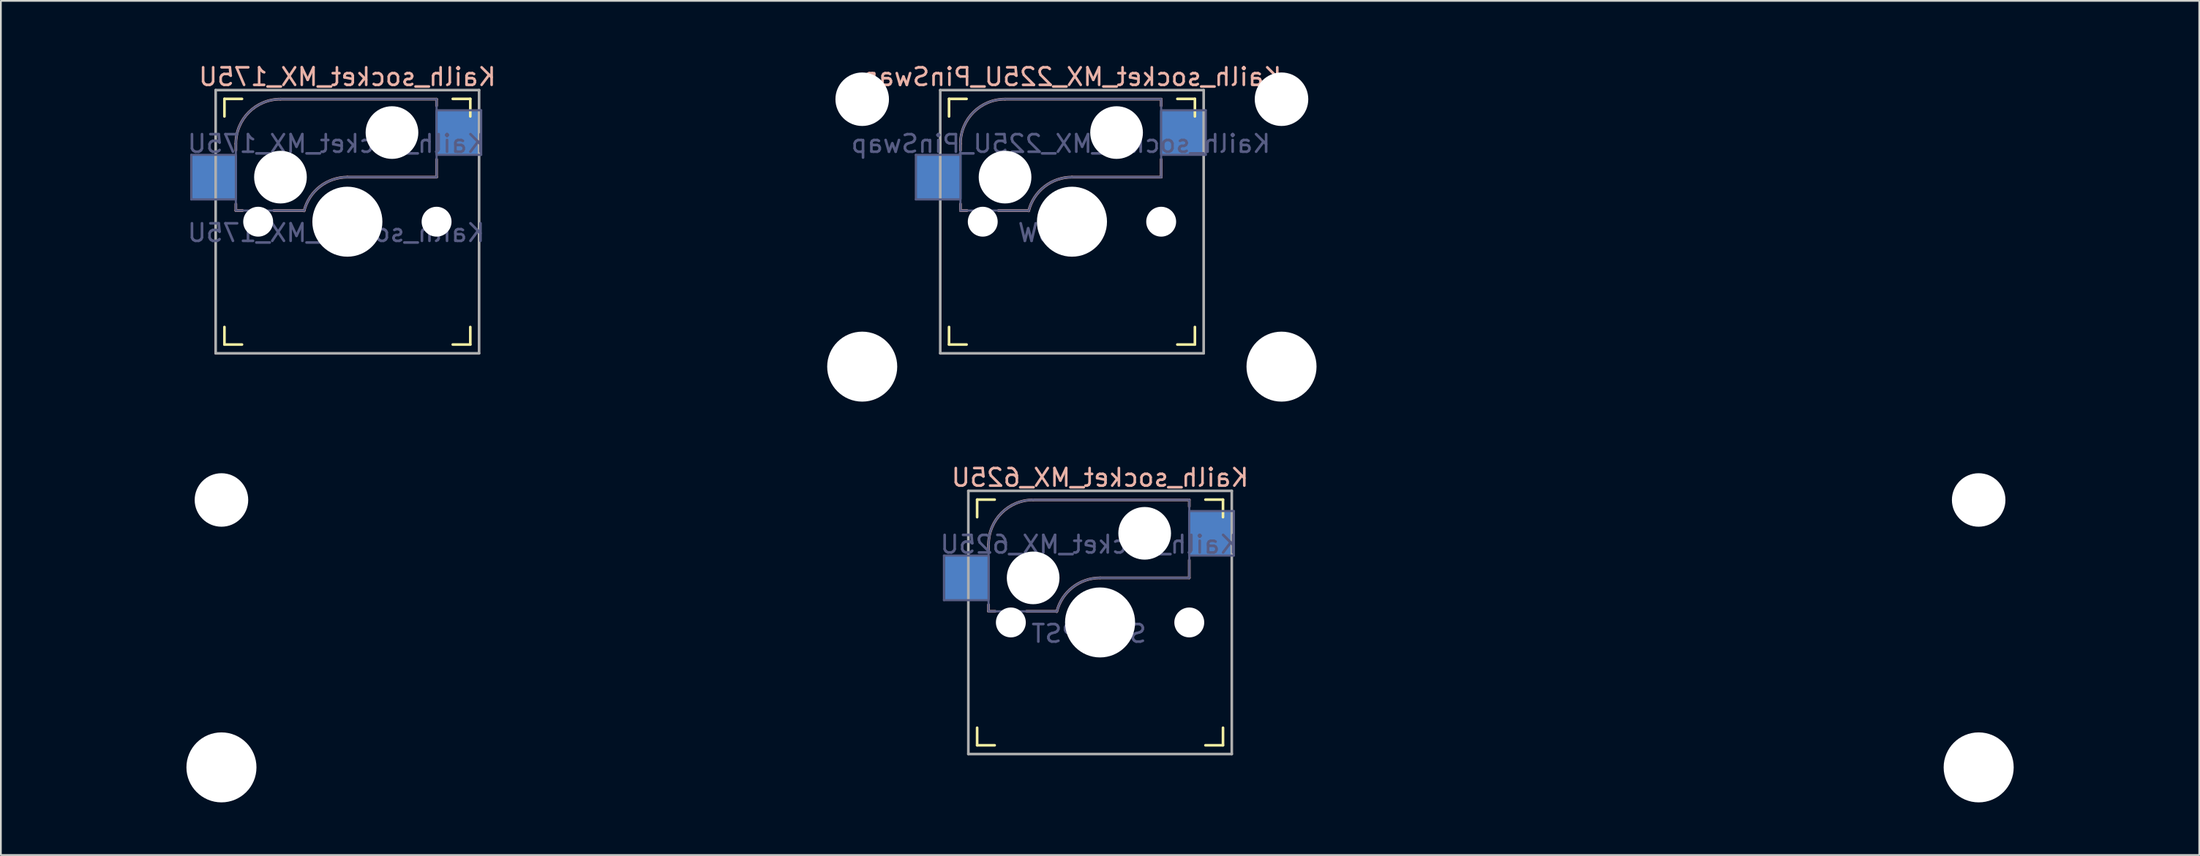
<source format=kicad_pcb>
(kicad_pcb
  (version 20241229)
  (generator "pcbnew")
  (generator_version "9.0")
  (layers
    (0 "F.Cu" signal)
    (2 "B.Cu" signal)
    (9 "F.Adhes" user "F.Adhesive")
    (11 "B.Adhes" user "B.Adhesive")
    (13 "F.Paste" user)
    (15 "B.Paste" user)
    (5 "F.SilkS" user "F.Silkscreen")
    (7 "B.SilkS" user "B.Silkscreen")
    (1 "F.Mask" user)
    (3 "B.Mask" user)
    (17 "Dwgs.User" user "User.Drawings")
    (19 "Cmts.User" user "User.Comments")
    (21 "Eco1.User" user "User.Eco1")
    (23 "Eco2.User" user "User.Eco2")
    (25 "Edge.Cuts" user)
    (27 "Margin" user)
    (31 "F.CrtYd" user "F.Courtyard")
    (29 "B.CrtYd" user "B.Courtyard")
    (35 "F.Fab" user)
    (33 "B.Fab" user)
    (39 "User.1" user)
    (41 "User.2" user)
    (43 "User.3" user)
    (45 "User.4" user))
  (footprint "Kailh_socket_MX_225U_PinSwap"
    (layer "F.Cu")
    (at 57.99 9.585)
    (property "Reference" "Kailh_socket_MX_225U_PinSwap" (at 0 -8.255 0) (layer "B.SilkS") (effects (font (size 1 1) (thickness 0.15)) (justify mirror)))
    (property "Value" "KEYSW" (at 0 8.255 0) (layer "F.Fab") (hide yes) (effects (font (size 1 1) (thickness 0.15))))
    (attr smd)
    (fp_line (start -7 -6) (end -7 -7) (stroke (width 0.15) (type solid)) (layer "F.SilkS"))
    (fp_line (start -7 7) (end -7 6) (stroke (width 0.15) (type solid)) (layer "F.SilkS"))
    (fp_line (start -7 7) (end -6 7) (stroke (width 0.15) (type solid)) (layer "F.SilkS"))
    (fp_line (start -6 -7) (end -7 -7) (stroke (width 0.15) (type solid)) (layer "F.SilkS"))
    (fp_line (start 6 7) (end 7 7) (stroke (width 0.15) (type solid)) (layer "F.SilkS"))
    (fp_line (start 7 -7) (end 6 -7) (stroke (width 0.15) (type solid)) (layer "F.SilkS"))
    (fp_line (start 7 -7) (end 7 -6) (stroke (width 0.15) (type solid)) (layer "F.SilkS"))
    (fp_line (start 7 6) (end 7 7) (stroke (width 0.15) (type solid)) (layer "F.SilkS"))
    (fp_line (start -6.35 -4.445) (end -6.35 -4.064) (stroke (width 0.15) (type solid)) (layer "B.SilkS"))
    (fp_line (start -6.35 -1.016) (end -6.35 -0.635) (stroke (width 0.15) (type solid)) (layer "B.SilkS"))
    (fp_line (start -5.969 -0.635) (end -6.35 -0.635) (stroke (width 0.15) (type solid)) (layer "B.SilkS"))
    (fp_line (start -3.81 -6.985) (end 5.08 -6.985) (stroke (width 0.15) (type solid)) (layer "B.SilkS"))
    (fp_line (start -2.464 -0.635) (end -4.191 -0.635) (stroke (width 0.15) (type solid)) (layer "B.SilkS"))
    (fp_line (start 5.08 -6.985) (end 5.08 -6.604) (stroke (width 0.15) (type solid)) (layer "B.SilkS"))
    (fp_line (start 5.08 -3.556) (end 5.08 -2.54) (stroke (width 0.15) (type solid)) (layer "B.SilkS"))
    (fp_line (start 5.08 -2.54) (end 0 -2.54) (stroke (width 0.15) (type solid)) (layer "B.SilkS"))
    (fp_arc (start -6.35 -4.445) (mid -5.606051 -6.241051) (end -3.81 -6.985) (stroke (width 0.15) (type solid)) (layer "B.SilkS"))
    (fp_arc (start -2.464162 -0.61604) (mid -1.563147 -2.002042) (end 0 -2.54) (stroke (width 0.15) (type solid)) (layer "B.SilkS"))
    (fp_line (start -6.9 6.9) (end -6.9 -6.9) (stroke (width 0.15) (type solid)) (layer "Eco2.User"))
    (fp_line (start -6.9 6.9) (end 6.9 6.9) (stroke (width 0.15) (type solid)) (layer "Eco2.User"))
    (fp_line (start 6.9 -6.9) (end -6.9 -6.9) (stroke (width 0.15) (type solid)) (layer "Eco2.User"))
    (fp_line (start 6.9 -6.9) (end 6.9 6.9) (stroke (width 0.15) (type solid)) (layer "Eco2.User"))
    (fp_line (start -8.89 -3.81) (end -6.35 -3.81) (stroke (width 0.12) (type solid)) (layer "B.Fab"))
    (fp_line (start -8.89 -1.27) (end -8.89 -3.81) (stroke (width 0.12) (type solid)) (layer "B.Fab"))
    (fp_line (start -6.35 -1.27) (end -8.89 -1.27) (stroke (width 0.12) (type solid)) (layer "B.Fab"))
    (fp_line (start -6.35 -0.635) (end -6.35 -4.445) (stroke (width 0.12) (type solid)) (layer "B.Fab"))
    (fp_line (start -6.35 -0.635) (end -2.54 -0.635) (stroke (width 0.12) (type solid)) (layer "B.Fab"))
    (fp_line (start -3.81 -6.985) (end 5.08 -6.985) (stroke (width 0.12) (type solid)) (layer "B.Fab"))
    (fp_line (start 5.08 -6.985) (end 5.08 -2.54) (stroke (width 0.12) (type solid)) (layer "B.Fab"))
    (fp_line (start 5.08 -6.35) (end 7.62 -6.35) (stroke (width 0.12) (type solid)) (layer "B.Fab"))
    (fp_line (start 5.08 -2.54) (end 0 -2.54) (stroke (width 0.12) (type solid)) (layer "B.Fab"))
    (fp_line (start 7.62 -6.35) (end 7.62 -3.81) (stroke (width 0.12) (type solid)) (layer "B.Fab"))
    (fp_line (start 7.62 -3.81) (end 5.08 -3.81) (stroke (width 0.12) (type solid)) (layer "B.Fab"))
    (fp_arc (start -6.35 -4.445) (mid -5.606051 -6.241051) (end -3.81 -6.985) (stroke (width 0.12) (type solid)) (layer "B.Fab"))
    (fp_arc (start -2.464162 -0.61604) (mid -1.563147 -2.002042) (end 0 -2.54) (stroke (width 0.12) (type solid)) (layer "B.Fab"))
    (fp_line (start -7.5 -7.5) (end 7.5 -7.5) (stroke (width 0.15) (type solid)) (layer "F.Fab"))
    (fp_line (start -7.5 7.5) (end -7.5 -7.5) (stroke (width 0.15) (type solid)) (layer "F.Fab"))
    (fp_line (start 7.5 -7.5) (end 7.5 7.5) (stroke (width 0.15) (type solid)) (layer "F.Fab"))
    (fp_line (start 7.5 7.5) (end -7.5 7.5) (stroke (width 0.15) (type solid)) (layer "F.Fab"))
    (fp_line (start -21.43 -9.525) (end 21.43 -9.525) (stroke (width 0.12) (type solid)) (layer "User.2"))
    (fp_line (start -21.43 9.525) (end -21.43 -9.525) (stroke (width 0.12) (type solid)) (layer "User.2"))
    (fp_line (start -21.43 9.525) (end 21.43 9.525) (stroke (width 0.12) (type solid)) (layer "User.2"))
    (fp_line (start -9.525 -9.525) (end 9.525 -9.525) (stroke (width 0.12) (type solid)) (layer "User.2"))
    (fp_line (start 9.525 9.525) (end -9.525 9.525) (stroke (width 0.12) (type solid)) (layer "User.2"))
    (fp_line (start 21.43 9.525) (end 21.43 -9.525) (stroke (width 0.12) (type solid)) (layer "User.2"))
    (fp_text user "${VALUE}" (at -0.635 0.635 0) (layer "B.Fab") (effects (font (size 1 1) (thickness 0.15)) (justify mirror)))
    (fp_text user "${REFERENCE}" (at -0.635 -4.445 0) (layer "B.Fab") (effects (font (size 1 1) (thickness 0.15)) (justify mirror)))
    (pad "" np_thru_hole circle (at -11.944 -6.98) (size 3.048 3.048) (drill 3.048) (layers "*.Cu" "*.Mask"))
    (pad "" np_thru_hole circle (at -11.944 8.26) (size 3.988 3.988) (drill 3.988) (layers "*.Cu" "*.Mask"))
    (pad "" np_thru_hole circle (at -5.08 0) (size 1.702 1.702) (drill 1.702) (layers "*.Cu" "*.Mask"))
    (pad "" np_thru_hole circle (at -3.81 -2.54) (size 3 3) (drill 3) (layers "*.Cu" "*.Mask"))
    (pad "" np_thru_hole circle (at 0 0) (size 3.988 3.988) (drill 3.988) (layers "*.Cu" "*.Mask"))
    (pad "" np_thru_hole circle (at 2.54 -5.08) (size 3 3) (drill 3) (layers "*.Cu" "*.Mask"))
    (pad "" np_thru_hole circle (at 5.08 0) (size 1.702 1.702) (drill 1.702) (layers "*.Cu" "*.Mask"))
    (pad "" np_thru_hole circle (at 11.932 -6.98) (size 3.048 3.048) (drill 3.048) (layers "*.Cu" "*.Mask"))
    (pad "" np_thru_hole circle (at 11.932 8.26) (size 3.988 3.988) (drill 3.988) (layers "*.Cu" "*.Mask"))
    (pad "1" smd rect (at -7.56 -2.54) (size 2.55 2.5) (layers "B.Cu" "B.Mask" "B.Paste"))
    (pad "2" smd rect (at 6.29 -5.08) (size 2.55 2.5) (layers "B.Cu" "B.Mask" "B.Paste")))
  (footprint "Kailh_socket_MX_175U"
    (layer "F.Cu")
    (at 16.73 9.585)
    (property "Reference" "Kailh_socket_MX_175U" (at 0 -8.255 0) (layer "B.SilkS") (effects (font (size 1 1) (thickness 0.15)) (justify mirror)))
    (property "Value" "Kailh_socket_MX_175U" (at 0 8.255 0) (layer "F.Fab") (hide yes) (effects (font (size 1 1) (thickness 0.15))))
    (attr smd)
    (fp_line (start -7 -6) (end -7 -7) (stroke (width 0.15) (type solid)) (layer "F.SilkS"))
    (fp_line (start -7 7) (end -7 6) (stroke (width 0.15) (type solid)) (layer "F.SilkS"))
    (fp_line (start -7 7) (end -6 7) (stroke (width 0.15) (type solid)) (layer "F.SilkS"))
    (fp_line (start -6 -7) (end -7 -7) (stroke (width 0.15) (type solid)) (layer "F.SilkS"))
    (fp_line (start 6 7) (end 7 7) (stroke (width 0.15) (type solid)) (layer "F.SilkS"))
    (fp_line (start 7 -7) (end 6 -7) (stroke (width 0.15) (type solid)) (layer "F.SilkS"))
    (fp_line (start 7 -7) (end 7 -6) (stroke (width 0.15) (type solid)) (layer "F.SilkS"))
    (fp_line (start 7 6) (end 7 7) (stroke (width 0.15) (type solid)) (layer "F.SilkS"))
    (fp_line (start -6.35 -4.445) (end -6.35 -4.064) (stroke (width 0.15) (type solid)) (layer "B.SilkS"))
    (fp_line (start -6.35 -1.016) (end -6.35 -0.635) (stroke (width 0.15) (type solid)) (layer "B.SilkS"))
    (fp_line (start -5.969 -0.635) (end -6.35 -0.635) (stroke (width 0.15) (type solid)) (layer "B.SilkS"))
    (fp_line (start -3.81 -6.985) (end 5.08 -6.985) (stroke (width 0.15) (type solid)) (layer "B.SilkS"))
    (fp_line (start -2.464 -0.635) (end -4.191 -0.635) (stroke (width 0.15) (type solid)) (layer "B.SilkS"))
    (fp_line (start 5.08 -6.985) (end 5.08 -6.604) (stroke (width 0.15) (type solid)) (layer "B.SilkS"))
    (fp_line (start 5.08 -3.556) (end 5.08 -2.54) (stroke (width 0.15) (type solid)) (layer "B.SilkS"))
    (fp_line (start 5.08 -2.54) (end 0 -2.54) (stroke (width 0.15) (type solid)) (layer "B.SilkS"))
    (fp_arc (start -6.35 -4.445) (mid -5.606051 -6.241051) (end -3.81 -6.985) (stroke (width 0.15) (type solid)) (layer "B.SilkS"))
    (fp_arc (start -2.464162 -0.61604) (mid -1.563147 -2.002042) (end 0 -2.54) (stroke (width 0.15) (type solid)) (layer "B.SilkS"))
    (fp_line (start -6.9 6.9) (end -6.9 -6.9) (stroke (width 0.15) (type solid)) (layer "Eco2.User"))
    (fp_line (start -6.9 6.9) (end 6.9 6.9) (stroke (width 0.15) (type solid)) (layer "Eco2.User"))
    (fp_line (start 6.9 -6.9) (end -6.9 -6.9) (stroke (width 0.15) (type solid)) (layer "Eco2.User"))
    (fp_line (start 6.9 -6.9) (end 6.9 6.9) (stroke (width 0.15) (type solid)) (layer "Eco2.User"))
    (fp_line (start -8.89 -3.81) (end -6.35 -3.81) (stroke (width 0.12) (type solid)) (layer "B.Fab"))
    (fp_line (start -8.89 -1.27) (end -8.89 -3.81) (stroke (width 0.12) (type solid)) (layer "B.Fab"))
    (fp_line (start -6.35 -1.27) (end -8.89 -1.27) (stroke (width 0.12) (type solid)) (layer "B.Fab"))
    (fp_line (start -6.35 -0.635) (end -6.35 -4.445) (stroke (width 0.12) (type solid)) (layer "B.Fab"))
    (fp_line (start -6.35 -0.635) (end -2.54 -0.635) (stroke (width 0.12) (type solid)) (layer "B.Fab"))
    (fp_line (start -3.81 -6.985) (end 5.08 -6.985) (stroke (width 0.12) (type solid)) (layer "B.Fab"))
    (fp_line (start 5.08 -6.985) (end 5.08 -2.54) (stroke (width 0.12) (type solid)) (layer "B.Fab"))
    (fp_line (start 5.08 -6.35) (end 7.62 -6.35) (stroke (width 0.12) (type solid)) (layer "B.Fab"))
    (fp_line (start 5.08 -2.54) (end 0 -2.54) (stroke (width 0.12) (type solid)) (layer "B.Fab"))
    (fp_line (start 7.62 -6.35) (end 7.62 -3.81) (stroke (width 0.12) (type solid)) (layer "B.Fab"))
    (fp_line (start 7.62 -3.81) (end 5.08 -3.81) (stroke (width 0.12) (type solid)) (layer "B.Fab"))
    (fp_arc (start -6.35 -4.445) (mid -5.606051 -6.241051) (end -3.81 -6.985) (stroke (width 0.12) (type solid)) (layer "B.Fab"))
    (fp_arc (start -2.464162 -0.61604) (mid -1.563147 -2.002042) (end 0 -2.54) (stroke (width 0.12) (type solid)) (layer "B.Fab"))
    (fp_line (start -7.5 -7.5) (end 7.5 -7.5) (stroke (width 0.15) (type solid)) (layer "F.Fab"))
    (fp_line (start -7.5 7.5) (end -7.5 -7.5) (stroke (width 0.15) (type solid)) (layer "F.Fab"))
    (fp_line (start 7.5 -7.5) (end 7.5 7.5) (stroke (width 0.15) (type solid)) (layer "F.Fab"))
    (fp_line (start 7.5 7.5) (end -7.5 7.5) (stroke (width 0.15) (type solid)) (layer "F.Fab"))
    (fp_line (start -16.67 -9.525) (end 16.71 -9.525) (stroke (width 0.12) (type solid)) (layer "User.2"))
    (fp_line (start -16.67 9.525) (end -16.67 -9.525) (stroke (width 0.12) (type solid)) (layer "User.2"))
    (fp_line (start -16.67 9.525) (end 16.71 9.525) (stroke (width 0.12) (type solid)) (layer "User.2"))
    (fp_line (start -9.525 -9.525) (end 9.525 -9.525) (stroke (width 0.12) (type solid)) (layer "User.2"))
    (fp_line (start 9.525 9.525) (end -9.525 9.525) (stroke (width 0.12) (type solid)) (layer "User.2"))
    (fp_line (start 16.71 9.525) (end 16.71 -9.525) (stroke (width 0.12) (type solid)) (layer "User.2"))
    (fp_text user "${VALUE}" (at -0.635 0.635 0) (layer "B.Fab") (effects (font (size 1 1) (thickness 0.15)) (justify mirror)))
    (fp_text user "${REFERENCE}" (at -0.635 -4.445 0) (layer "B.Fab") (effects (font (size 1 1) (thickness 0.15)) (justify mirror)))
    (pad "" np_thru_hole circle (at -5.08 0) (size 1.702 1.702) (drill 1.702) (layers "*.Cu" "*.Mask"))
    (pad "" np_thru_hole circle (at -3.81 -2.54) (size 3 3) (drill 3) (layers "*.Cu" "*.Mask"))
    (pad "" np_thru_hole circle (at 0 0) (size 3.988 3.988) (drill 3.988) (layers "*.Cu" "*.Mask"))
    (pad "" np_thru_hole circle (at 2.54 -5.08) (size 3 3) (drill 3) (layers "*.Cu" "*.Mask"))
    (pad "" np_thru_hole circle (at 5.08 0) (size 1.702 1.702) (drill 1.702) (layers "*.Cu" "*.Mask"))
    (pad "1" smd rect (at 6.29 -5.08) (size 2.55 2.5) (layers "B.Cu" "B.Mask" "B.Paste"))
    (pad "2" smd rect (at -7.56 -2.54) (size 2.55 2.5) (layers "B.Cu" "B.Mask" "B.Paste")))
  (footprint "Kailh_socket_MX_625U"
    (layer "F.Cu")
    (at 59.59 32.424)
    (property "Reference" "Kailh_socket_MX_625U" (at 0 -8.255 0) (layer "B.SilkS") (effects (font (size 1 1) (thickness 0.15)) (justify mirror)))
    (property "Value" "SW_SPST" (at 0 8.255 0) (layer "F.Fab") (hide yes) (effects (font (size 1 1) (thickness 0.15))))
    (attr smd)
    (fp_line (start -7 -6) (end -7 -7) (stroke (width 0.15) (type solid)) (layer "F.SilkS"))
    (fp_line (start -7 7) (end -7 6) (stroke (width 0.15) (type solid)) (layer "F.SilkS"))
    (fp_line (start -7 7) (end -6 7) (stroke (width 0.15) (type solid)) (layer "F.SilkS"))
    (fp_line (start -6 -7) (end -7 -7) (stroke (width 0.15) (type solid)) (layer "F.SilkS"))
    (fp_line (start 6 7) (end 7 7) (stroke (width 0.15) (type solid)) (layer "F.SilkS"))
    (fp_line (start 7 -7) (end 6 -7) (stroke (width 0.15) (type solid)) (layer "F.SilkS"))
    (fp_line (start 7 -7) (end 7 -6) (stroke (width 0.15) (type solid)) (layer "F.SilkS"))
    (fp_line (start 7 6) (end 7 7) (stroke (width 0.15) (type solid)) (layer "F.SilkS"))
    (fp_line (start -6.35 -4.445) (end -6.35 -4.064) (stroke (width 0.15) (type solid)) (layer "B.SilkS"))
    (fp_line (start -6.35 -1.016) (end -6.35 -0.635) (stroke (width 0.15) (type solid)) (layer "B.SilkS"))
    (fp_line (start -5.969 -0.635) (end -6.35 -0.635) (stroke (width 0.15) (type solid)) (layer "B.SilkS"))
    (fp_line (start -3.81 -6.985) (end 5.08 -6.985) (stroke (width 0.15) (type solid)) (layer "B.SilkS"))
    (fp_line (start -2.464 -0.635) (end -4.191 -0.635) (stroke (width 0.15) (type solid)) (layer "B.SilkS"))
    (fp_line (start 5.08 -6.985) (end 5.08 -6.604) (stroke (width 0.15) (type solid)) (layer "B.SilkS"))
    (fp_line (start 5.08 -3.556) (end 5.08 -2.54) (stroke (width 0.15) (type solid)) (layer "B.SilkS"))
    (fp_line (start 5.08 -2.54) (end 0 -2.54) (stroke (width 0.15) (type solid)) (layer "B.SilkS"))
    (fp_arc (start -6.35 -4.445) (mid -5.606051 -6.241051) (end -3.81 -6.985) (stroke (width 0.15) (type solid)) (layer "B.SilkS"))
    (fp_arc (start -2.464162 -0.61604) (mid -1.563147 -2.002042) (end 0 -2.54) (stroke (width 0.15) (type solid)) (layer "B.SilkS"))
    (fp_line (start -6.9 6.9) (end -6.9 -6.9) (stroke (width 0.15) (type solid)) (layer "Eco2.User"))
    (fp_line (start -6.9 6.9) (end 6.9 6.9) (stroke (width 0.15) (type solid)) (layer "Eco2.User"))
    (fp_line (start 6.9 -6.9) (end -6.9 -6.9) (stroke (width 0.15) (type solid)) (layer "Eco2.User"))
    (fp_line (start 6.9 -6.9) (end 6.9 6.9) (stroke (width 0.15) (type solid)) (layer "Eco2.User"))
    (fp_line (start -8.89 -3.81) (end -6.35 -3.81) (stroke (width 0.12) (type solid)) (layer "B.Fab"))
    (fp_line (start -8.89 -1.27) (end -8.89 -3.81) (stroke (width 0.12) (type solid)) (layer "B.Fab"))
    (fp_line (start -6.35 -1.27) (end -8.89 -1.27) (stroke (width 0.12) (type solid)) (layer "B.Fab"))
    (fp_line (start -6.35 -0.635) (end -6.35 -4.445) (stroke (width 0.12) (type solid)) (layer "B.Fab"))
    (fp_line (start -6.35 -0.635) (end -2.54 -0.635) (stroke (width 0.12) (type solid)) (layer "B.Fab"))
    (fp_line (start -3.81 -6.985) (end 5.08 -6.985) (stroke (width 0.12) (type solid)) (layer "B.Fab"))
    (fp_line (start 5.08 -6.985) (end 5.08 -2.54) (stroke (width 0.12) (type solid)) (layer "B.Fab"))
    (fp_line (start 5.08 -6.35) (end 7.62 -6.35) (stroke (width 0.12) (type solid)) (layer "B.Fab"))
    (fp_line (start 5.08 -2.54) (end 0 -2.54) (stroke (width 0.12) (type solid)) (layer "B.Fab"))
    (fp_line (start 7.62 -6.35) (end 7.62 -3.81) (stroke (width 0.12) (type solid)) (layer "B.Fab"))
    (fp_line (start 7.62 -3.81) (end 5.08 -3.81) (stroke (width 0.12) (type solid)) (layer "B.Fab"))
    (fp_arc (start -6.35 -4.445) (mid -5.606051 -6.241051) (end -3.81 -6.985) (stroke (width 0.12) (type solid)) (layer "B.Fab"))
    (fp_arc (start -2.464162 -0.61604) (mid -1.563147 -2.002042) (end 0 -2.54) (stroke (width 0.12) (type solid)) (layer "B.Fab"))
    (fp_line (start -7.5 -7.5) (end 7.5 -7.5) (stroke (width 0.15) (type solid)) (layer "F.Fab"))
    (fp_line (start -7.5 7.5) (end -7.5 -7.5) (stroke (width 0.15) (type solid)) (layer "F.Fab"))
    (fp_line (start 7.5 -7.5) (end 7.5 7.5) (stroke (width 0.15) (type solid)) (layer "F.Fab"))
    (fp_line (start 7.5 7.5) (end -7.5 7.5) (stroke (width 0.15) (type solid)) (layer "F.Fab"))
    (fp_line (start -59.53 -9.525) (end 59.53 -9.525) (stroke (width 0.12) (type solid)) (layer "User.2"))
    (fp_line (start -59.53 9.525) (end -59.53 -9.525) (stroke (width 0.12) (type solid)) (layer "User.2"))
    (fp_line (start -59.53 9.525) (end 59.53 9.53) (stroke (width 0.12) (type solid)) (layer "User.2"))
    (fp_line (start -9.525 -9.525) (end 9.525 -9.525) (stroke (width 0.12) (type solid)) (layer "User.2"))
    (fp_line (start 59.53 9.525) (end 59.53 -9.525) (stroke (width 0.12) (type solid)) (layer "User.2"))
    (fp_text user "${VALUE}" (at -0.635 0.635 0) (layer "B.Fab") (effects (font (size 1 1) (thickness 0.15)) (justify mirror)))
    (fp_text user "${REFERENCE}" (at -0.635 -4.445 0) (layer "B.Fab") (effects (font (size 1 1) (thickness 0.15)) (justify mirror)))
    (pad "" np_thru_hole circle (at -50.03 -6.98) (size 3.048 3.048) (drill 3.048) (layers "*.Cu" "*.Mask"))
    (pad "" np_thru_hole circle (at -50.03 8.26) (size 3.988 3.988) (drill 3.988) (layers "*.Cu" "*.Mask"))
    (pad "" np_thru_hole circle (at -5.08 0) (size 1.702 1.702) (drill 1.702) (layers "*.Cu" "*.Mask"))
    (pad "" np_thru_hole circle (at -3.81 -2.54) (size 3 3) (drill 3) (layers "*.Cu" "*.Mask"))
    (pad "" np_thru_hole circle (at 0 0) (size 3.988 3.988) (drill 3.988) (layers "*.Cu" "*.Mask"))
    (pad "" np_thru_hole circle (at 2.54 -5.08) (size 3 3) (drill 3) (layers "*.Cu" "*.Mask"))
    (pad "" np_thru_hole circle (at 5.08 0) (size 1.702 1.702) (drill 1.702) (layers "*.Cu" "*.Mask"))
    (pad "" np_thru_hole circle (at 50.03 -6.98) (size 3.048 3.048) (drill 3.048) (layers "*.Cu" "*.Mask"))
    (pad "" np_thru_hole circle (at 50.03 8.26) (size 3.988 3.988) (drill 3.988) (layers "*.Cu" "*.Mask"))
    (pad "1" smd rect (at 6.29 -5.08) (size 2.55 2.5) (layers "B.Cu" "B.Mask" "B.Paste"))
    (pad "2" smd rect (at -7.56 -2.54) (size 2.55 2.5) (layers "B.Cu" "B.Mask" "B.Paste")))
  (gr_rect
    (start -3 -3)
    (end 122.18 45.678)
    (stroke (width 0.1) (type default))
    (fill no)
    (layer "Edge.Cuts")))
</source>
